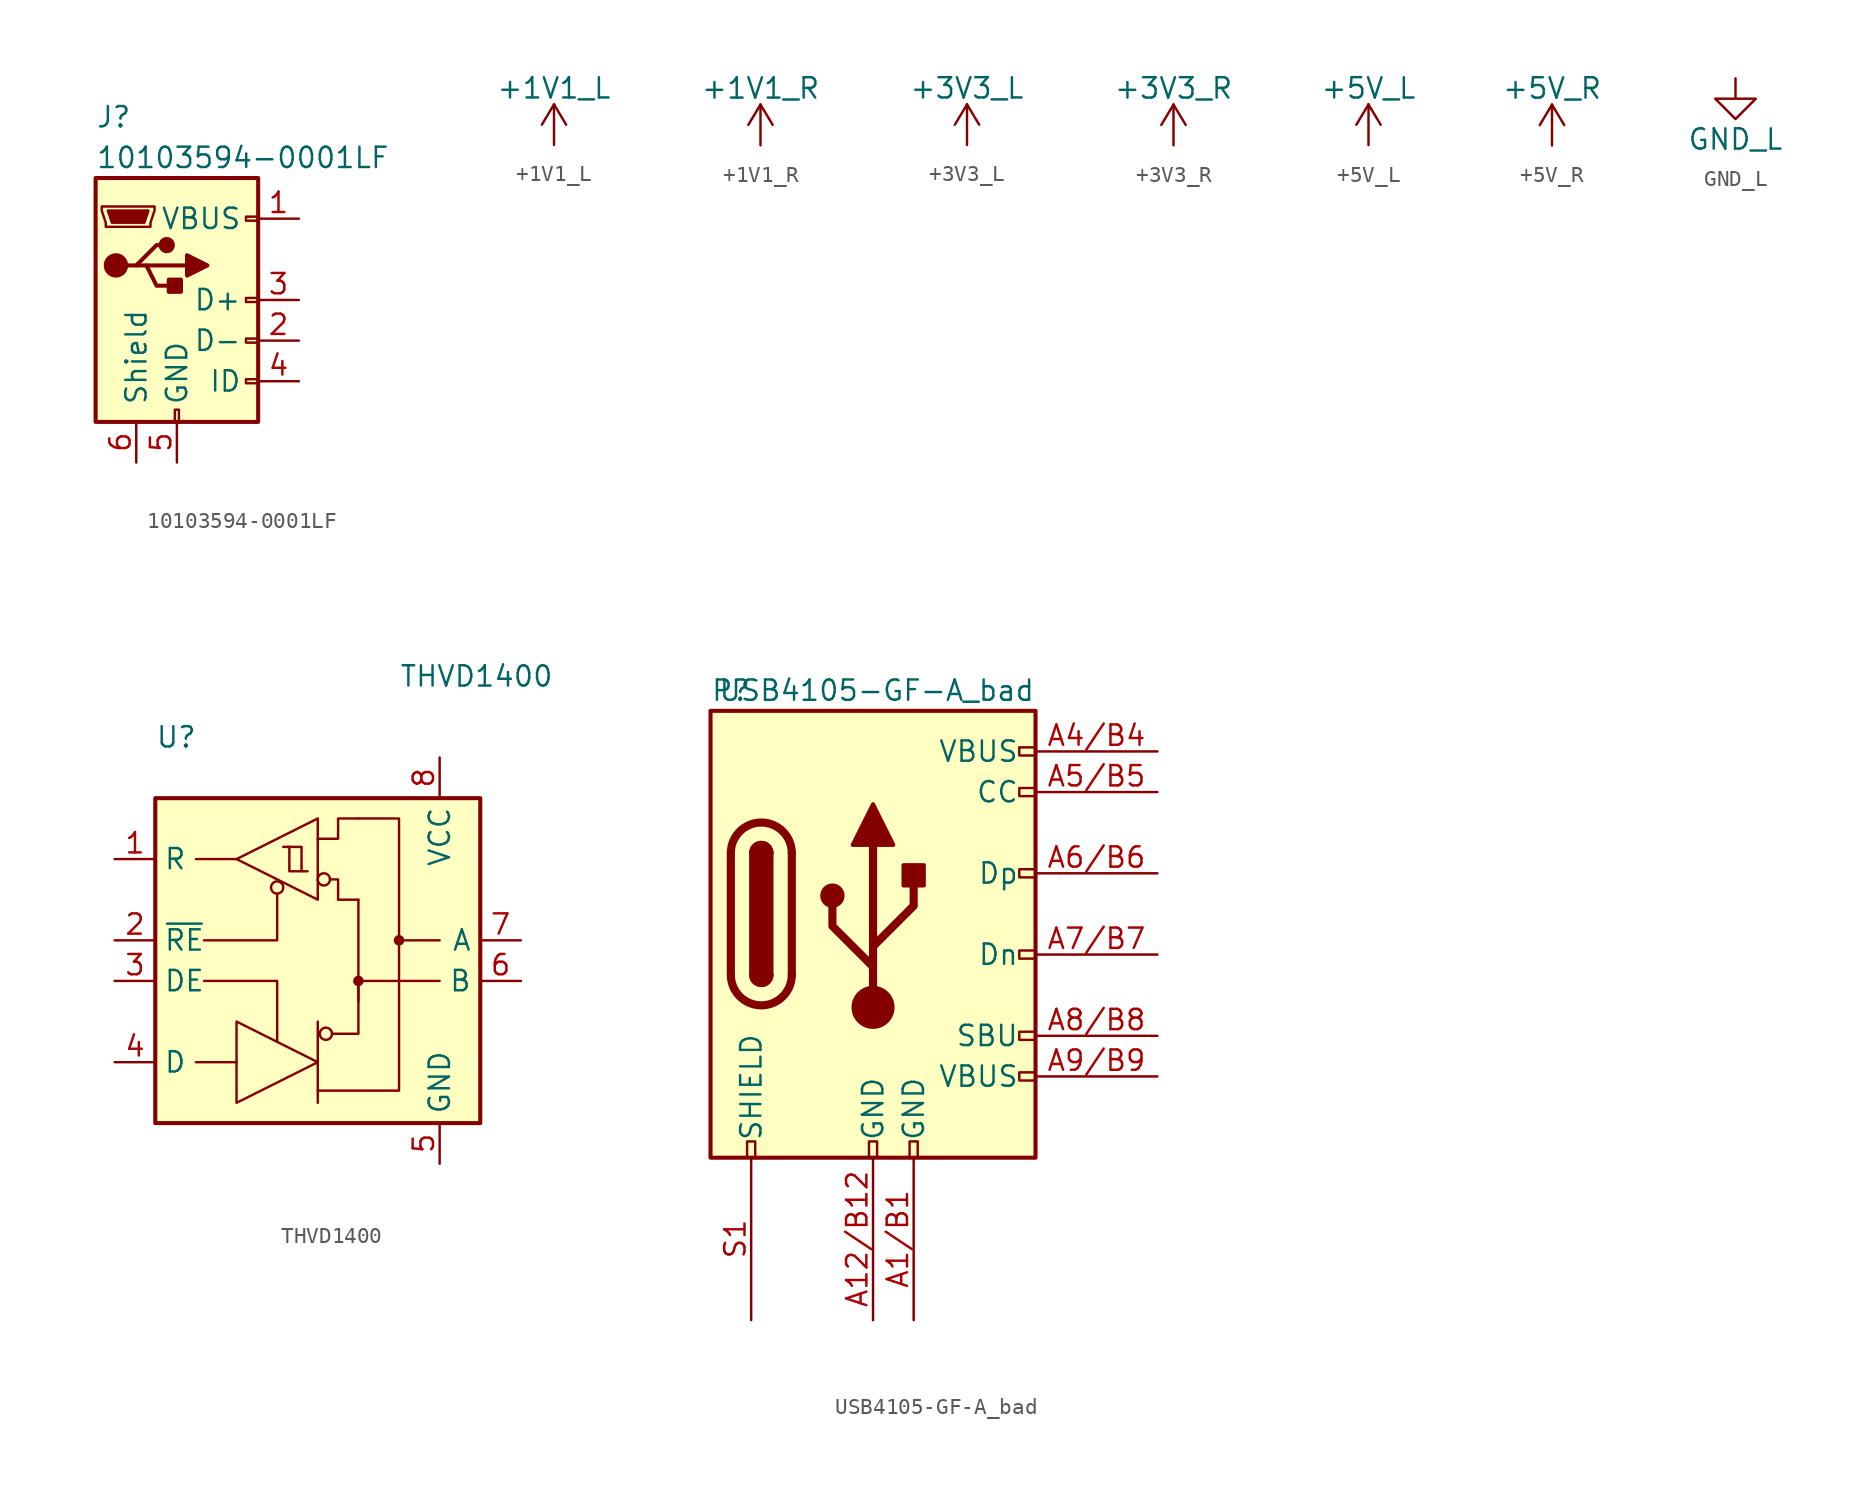
<source format=kicad_sym>
(kicad_symbol_lib
  (version 20211014)
  (generator kicad_symbol_editor)
  (symbol "10103594-0001LF"
    (pin_names
      (offset 1.016))
    (property "Reference" "J"
      (at -5.08 11.43 0)
      (effects (font (size 1.27 1.27)) (justify left)))
    (property "Value" "10103594-0001LF"
      (at -5.08 8.89 0)
      (effects (font (size 1.27 1.27)) (justify left)))
    (symbol "10103594-0001LF_0_1"
      (rectangle (start -5.08 -7.62) (end 5.08 7.62) (stroke (width 0.254) (type default) (color 0 0 0 0)) (fill (type background)))
      (circle (center -3.81 2.159) (radius 0.635) (stroke (width 0.254) (type default) (color 0 0 0 0)) (fill (type outline)))
      (circle (center -0.635 3.429) (radius 0.381) (stroke (width 0.254) (type default) (color 0 0 0 0)) (fill (type outline)))
      (rectangle (start -0.127 -7.62) (end 0.127 -6.858) (stroke (width 0) (type default) (color 0 0 0 0)) (fill (type none)))
      (polyline (pts (xy -1.905 2.159) (xy 0.635 2.159)) (stroke (width 0.254) (type default) (color 0 0 0 0)) (fill (type none)))
      (polyline (pts (xy -3.175 2.159) (xy -2.54 2.159) (xy -1.27 3.429) (xy -0.635 3.429)) (stroke (width 0.254) (type default) (color 0 0 0 0)) (fill (type none)))
      (polyline (pts (xy -2.54 2.159) (xy -1.905 2.159) (xy -1.27 0.889) (xy 0 0.889)) (stroke (width 0.254) (type default) (color 0 0 0 0)) (fill (type none)))
      (polyline (pts (xy 0.635 2.794) (xy 0.635 1.524) (xy 1.905 2.159) (xy 0.635 2.794)) (stroke (width 0.254) (type default) (color 0 0 0 0)) (fill (type outline)))
      (polyline (pts (xy -4.318 5.588) (xy -1.778 5.588) (xy -2.032 4.826) (xy -4.064 4.826) (xy -4.318 5.588)) (stroke (width 0) (type default) (color 0 0 0 0)) (fill (type outline)))
      (polyline (pts (xy -4.699 5.842) (xy -4.699 5.588) (xy -4.445 4.826) (xy -4.445 4.572) (xy -1.651 4.572) (xy -1.651 4.826) (xy -1.397 5.588) (xy -1.397 5.842) (xy -4.699 5.842)) (stroke (width 0) (type default) (color 0 0 0 0)) (fill (type none)))
      (rectangle (start 0.254 1.27) (end -0.508 0.508) (stroke (width 0.254) (type default) (color 0 0 0 0)) (fill (type outline)))
      (rectangle (start 5.08 -5.207) (end 4.318 -4.953) (stroke (width 0) (type default) (color 0 0 0 0)) (fill (type none)))
      (rectangle (start 5.08 -2.667) (end 4.318 -2.413) (stroke (width 0) (type default) (color 0 0 0 0)) (fill (type none)))
      (rectangle (start 5.08 -0.127) (end 4.318 0.127) (stroke (width 0) (type default) (color 0 0 0 0)) (fill (type none)))
      (rectangle (start 5.08 4.953) (end 4.318 5.207) (stroke (width 0) (type default) (color 0 0 0 0)) (fill (type none))))
    (symbol "10103594-0001LF_1_1"
      (pin power_out line (at 7.62 5.08 180) (length 2.54) (name "VBUS" (effects (font (size 1.27 1.27)))) (number "1" (effects (font (size 1.27 1.27)))))
      (pin bidirectional line (at 7.62 -2.54 180) (length 2.54) (name "D-" (effects (font (size 1.27 1.27)))) (number "2" (effects (font (size 1.27 1.27)))))
      (pin bidirectional line (at 7.62 0 180) (length 2.54) (name "D+" (effects (font (size 1.27 1.27)))) (number "3" (effects (font (size 1.27 1.27)))))
      (pin passive line (at 7.62 -5.08 180) (length 2.54) (name "ID" (effects (font (size 1.27 1.27)))) (number "4" (effects (font (size 1.27 1.27)))))
      (pin passive line (at 0 -10.16 90) (length 2.54) (name "GND" (effects (font (size 1.27 1.27)))) (number "5" (effects (font (size 1.27 1.27)))))
      (pin passive line (at -2.54 -10.16 90) (length 2.54) (name "Shield" (effects (font (size 1.27 1.27)))) (number "6" (effects (font (size 1.27 1.27)))))))
  (symbol "+1V1_L"
    (power)
    (pin_names
      (offset 0))
    (property "Reference" "#PWR"
      (at 0 -3.81 0)
      (effects (font (size 1.27 1.27)) hide))
    (property "Value" "+1V1_L"
      (at 0 3.556 0)
      (effects (font (size 1.27 1.27))))
    (symbol "+1V1_L_0_1"
      (polyline (pts (xy -0.762 1.27) (xy 0 2.54)) (stroke (width 0) (type default) (color 0 0 0 0)) (fill (type none)))
      (polyline (pts (xy 0 0) (xy 0 2.54)) (stroke (width 0) (type default) (color 0 0 0 0)) (fill (type none)))
      (polyline (pts (xy 0 2.54) (xy 0.762 1.27)) (stroke (width 0) (type default) (color 0 0 0 0)) (fill (type none))))
    (symbol "+1V1_L_1_1"
      (pin power_in line (at 0 0 90) (length 0) hide (name "+3V3_L" (effects (font (size 1.27 1.27)))) (number "1" (effects (font (size 1.27 1.27)))))))
  (symbol "+1V1_R"
    (power)
    (pin_names
      (offset 0))
    (property "Reference" "#PWR"
      (at 0 -3.81 0)
      (effects (font (size 1.27 1.27)) hide))
    (property "Value" "+1V1_R"
      (at 0 3.556 0)
      (effects (font (size 1.27 1.27))))
    (symbol "+1V1_R_0_1"
      (polyline (pts (xy -0.762 1.27) (xy 0 2.54)) (stroke (width 0) (type default) (color 0 0 0 0)) (fill (type none)))
      (polyline (pts (xy 0 0) (xy 0 2.54)) (stroke (width 0) (type default) (color 0 0 0 0)) (fill (type none)))
      (polyline (pts (xy 0 2.54) (xy 0.762 1.27)) (stroke (width 0) (type default) (color 0 0 0 0)) (fill (type none))))
    (symbol "+1V1_R_1_1"
      (pin power_in line (at 0 0 90) (length 0) hide (name "+3V3_R" (effects (font (size 1.27 1.27)))) (number "1" (effects (font (size 1.27 1.27)))))))
  (symbol "+3V3_L"
    (power)
    (pin_names
      (offset 0))
    (property "Reference" "#PWR"
      (at 0 -3.81 0)
      (effects (font (size 1.27 1.27)) hide))
    (property "Value" "+3V3_L"
      (at 0 3.556 0)
      (effects (font (size 1.27 1.27))))
    (symbol "+3V3_L_0_1"
      (polyline (pts (xy -0.762 1.27) (xy 0 2.54)) (stroke (width 0) (type default) (color 0 0 0 0)) (fill (type none)))
      (polyline (pts (xy 0 0) (xy 0 2.54)) (stroke (width 0) (type default) (color 0 0 0 0)) (fill (type none)))
      (polyline (pts (xy 0 2.54) (xy 0.762 1.27)) (stroke (width 0) (type default) (color 0 0 0 0)) (fill (type none))))
    (symbol "+3V3_L_1_1"
      (pin power_in line (at 0 0 90) (length 0) hide (name "+3V3_L" (effects (font (size 1.27 1.27)))) (number "1" (effects (font (size 1.27 1.27)))))))
  (symbol "+3V3_R"
    (power)
    (pin_names
      (offset 0))
    (property "Reference" "#PWR"
      (at 0 -3.81 0)
      (effects (font (size 1.27 1.27)) hide))
    (property "Value" "+3V3_R"
      (at 0 3.556 0)
      (effects (font (size 1.27 1.27))))
    (symbol "+3V3_R_0_1"
      (polyline (pts (xy -0.762 1.27) (xy 0 2.54)) (stroke (width 0) (type default) (color 0 0 0 0)) (fill (type none)))
      (polyline (pts (xy 0 0) (xy 0 2.54)) (stroke (width 0) (type default) (color 0 0 0 0)) (fill (type none)))
      (polyline (pts (xy 0 2.54) (xy 0.762 1.27)) (stroke (width 0) (type default) (color 0 0 0 0)) (fill (type none))))
    (symbol "+3V3_R_1_1"
      (pin power_in line (at 0 0 90) (length 0) hide (name "+3V3_R" (effects (font (size 1.27 1.27)))) (number "1" (effects (font (size 1.27 1.27)))))))
  (symbol "+5V_L"
    (power)
    (pin_names
      (offset 0))
    (property "Reference" "#PWR"
      (at 0 -3.81 0)
      (effects (font (size 1.27 1.27)) hide))
    (property "Value" "+5V_L"
      (at 0 3.556 0)
      (effects (font (size 1.27 1.27))))
    (symbol "+5V_L_0_1"
      (polyline (pts (xy -0.762 1.27) (xy 0 2.54)) (stroke (width 0) (type default) (color 0 0 0 0)) (fill (type none)))
      (polyline (pts (xy 0 0) (xy 0 2.54)) (stroke (width 0) (type default) (color 0 0 0 0)) (fill (type none)))
      (polyline (pts (xy 0 2.54) (xy 0.762 1.27)) (stroke (width 0) (type default) (color 0 0 0 0)) (fill (type none))))
    (symbol "+5V_L_1_1"
      (pin power_in line (at 0 0 90) (length 0) hide (name "+5V_L" (effects (font (size 1.27 1.27)))) (number "1" (effects (font (size 1.27 1.27)))))))
  (symbol "+5V_R"
    (power)
    (pin_names
      (offset 0))
    (property "Reference" "#PWR"
      (at 0 -3.81 0)
      (effects (font (size 1.27 1.27)) hide))
    (property "Value" "+5V_R"
      (at 0 3.556 0)
      (effects (font (size 1.27 1.27))))
    (symbol "+5V_R_0_1"
      (polyline (pts (xy -0.762 1.27) (xy 0 2.54)) (stroke (width 0) (type default) (color 0 0 0 0)) (fill (type none)))
      (polyline (pts (xy 0 0) (xy 0 2.54)) (stroke (width 0) (type default) (color 0 0 0 0)) (fill (type none)))
      (polyline (pts (xy 0 2.54) (xy 0.762 1.27)) (stroke (width 0) (type default) (color 0 0 0 0)) (fill (type none))))
    (symbol "+5V_R_1_1"
      (pin power_in line (at 0 0 90) (length 0) hide (name "+5R" (effects (font (size 1.27 1.27)))) (number "1" (effects (font (size 1.27 1.27)))))))
  (symbol "GND_L"
    (power)
    (pin_names
      (offset 0))
    (property "Reference" "#PWR"
      (at 0 -6.35 0)
      (effects (font (size 1.27 1.27)) hide))
    (property "Value" "GND_L"
      (at 0 -3.81 0)
      (effects (font (size 1.27 1.27))))
    (symbol "GND_L_0_1"
      (polyline (pts (xy 0 0) (xy 0 -1.27) (xy 1.27 -1.27) (xy 0 -2.54) (xy -1.27 -1.27) (xy 0 -1.27)) (stroke (width 0) (type default) (color 0 0 0 0)) (fill (type none))))
    (symbol "GND_L_1_1"
      (pin power_in line (at 0 0 270) (length 0) hide (name "GND_L" (effects (font (size 1.27 1.27)))) (number "1" (effects (font (size 1.27 1.27)))))))
  (symbol "THVD1400"
    (property "Reference" "U"
      (at -10.16 13.97 0)
      (effects (font (size 1.27 1.27)) (justify left)))
    (property "Value" "THVD1400"
      (at 5.08 17.78 0)
      (effects (font (size 1.27 1.27)) (justify left)))
    (symbol "THVD1400_0_1"
      (rectangle (start -10.16 10.16) (end 10.16 -10.16) (stroke (width 0.254) (type default) (color 0 0 0 0)) (fill (type background)))
      (circle (center -2.54 4.572) (radius 0.381) (stroke (width 0) (type default) (color 0 0 0 0)) (fill (type none)))
      (polyline (pts (xy -7.62 -6.35) (xy -5.08 -6.35)) (stroke (width 0) (type default) (color 0 0 0 0)) (fill (type none)))
      (polyline (pts (xy -5.08 6.35) (xy -7.62 6.35)) (stroke (width 0) (type default) (color 0 0 0 0)) (fill (type none)))
      (polyline (pts (xy 0 -8.89) (xy 0 -6.35)) (stroke (width 0.152) (type default) (color 0 0 0 0)) (fill (type none)))
      (polyline (pts (xy 2.54 -2.54) (xy 2.54 3.81)) (stroke (width 0.152) (type default) (color 0 0 0 0)) (fill (type none)))
      (polyline (pts (xy 2.54 -1.27) (xy 7.62 -1.27)) (stroke (width 0.152) (type default) (color 0 0 0 0)) (fill (type none)))
      (polyline (pts (xy 5.08 1.27) (xy 7.62 1.27)) (stroke (width 0.152) (type default) (color 0 0 0 0)) (fill (type none)))
      (polyline (pts (xy -7.112 1.27) (xy -2.54 1.27) (xy -2.54 4.191)) (stroke (width 0.152) (type default) (color 0 0 0 0)) (fill (type none)))
      (polyline (pts (xy -2.54 -5.08) (xy -2.54 -1.27) (xy -7.112 -1.27)) (stroke (width 0.152) (type default) (color 0 0 0 0)) (fill (type none)))
      (polyline (pts (xy -1.016 5.588) (xy -1.016 7.112) (xy -1.905 7.112)) (stroke (width 0) (type default) (color 0 0 0 0)) (fill (type none)))
      (polyline (pts (xy 0 -3.81) (xy 0 -3.81) (xy 0 -6.35)) (stroke (width 0) (type default) (color 0 0 0 0)) (fill (type none)))
      (polyline (pts (xy 2.54 -1.27) (xy 2.54 -4.572) (xy 0.914 -4.572)) (stroke (width 0.152) (type default) (color 0 0 0 0)) (fill (type none)))
      (polyline (pts (xy -5.08 -3.81) (xy -5.08 -8.89) (xy 0 -6.35) (xy -5.08 -3.81)) (stroke (width 0) (type default) (color 0 0 0 0)) (fill (type none)))
      (polyline (pts (xy 0 7.62) (xy 1.27 7.62) (xy 1.27 8.89) (xy 2.54 8.89)) (stroke (width 0) (type default) (color 0 0 0 0)) (fill (type none)))
      (polyline (pts (xy 0 8.89) (xy 0 3.81) (xy -5.08 6.35) (xy 0 8.89)) (stroke (width 0) (type default) (color 0 0 0 0)) (fill (type none)))
      (polyline (pts (xy 0.762 5.08) (xy 1.27 5.08) (xy 1.27 3.81) (xy 2.54 3.81)) (stroke (width 0) (type default) (color 0 0 0 0)) (fill (type none)))
      (polyline (pts (xy -0.635 5.588) (xy -1.651 5.588) (xy -1.778 5.588) (xy -1.778 7.112) (xy -2.159 7.112)) (stroke (width 0) (type default) (color 0 0 0 0)) (fill (type none)))
      (polyline (pts (xy 2.54 8.89) (xy 5.08 8.89) (xy 5.08 -6.35) (xy 5.08 -8.128) (xy 0 -8.128)) (stroke (width 0.152) (type default) (color 0 0 0 0)) (fill (type none)))
      (circle (center 0.381 5.08) (radius 0.381) (stroke (width 0) (type default) (color 0 0 0 0)) (fill (type none)))
      (circle (center 0.508 -4.572) (radius 0.381) (stroke (width 0) (type default) (color 0 0 0 0)) (fill (type none)))
      (circle (center 2.54 -1.27) (radius 0.254) (stroke (width 0.152) (type default) (color 0 0 0 0)) (fill (type outline)))
      (circle (center 5.08 1.27) (radius 0.254) (stroke (width 0.152) (type default) (color 0 0 0 0)) (fill (type outline))))
    (symbol "THVD1400_1_1"
      (pin output line (at -12.7 6.35 0) (length 2.54) (name "R" (effects (font (size 1.27 1.27)))) (number "1" (effects (font (size 1.27 1.27)))))
      (pin output line (at -12.7 1.27 0) (length 2.54) (name "~{RE}" (effects (font (size 1.27 1.27)))) (number "2" (effects (font (size 1.27 1.27)))))
      (pin output line (at -12.7 -1.27 0) (length 2.54) (name "DE" (effects (font (size 1.27 1.27)))) (number "3" (effects (font (size 1.27 1.27)))))
      (pin input line (at -12.7 -6.35 0) (length 2.54) (name "D" (effects (font (size 1.27 1.27)))) (number "4" (effects (font (size 1.27 1.27)))))
      (pin power_in line (at 7.62 -12.7 90) (length 2.54) (name "GND" (effects (font (size 1.27 1.27)))) (number "5" (effects (font (size 1.27 1.27)))))
      (pin input line (at 12.7 -1.27 180) (length 2.54) (name "B" (effects (font (size 1.27 1.27)))) (number "6" (effects (font (size 1.27 1.27)))))
      (pin input line (at 12.7 1.27 180) (length 2.54) (name "A" (effects (font (size 1.27 1.27)))) (number "7" (effects (font (size 1.27 1.27)))))
      (pin power_in line (at 7.62 12.7 270) (length 2.54) (name "VCC" (effects (font (size 1.27 1.27)))) (number "8" (effects (font (size 1.27 1.27)))))))
  (symbol "USB4105-GF-A_bad"
    (pin_names
      (offset 1.016))
    (property "Reference" "P"
      (at -10.16 16.51 0)
      (effects (font (size 1.27 1.27)) (justify left)))
    (property "Value" "USB4105-GF-A_bad"
      (at 10.16 16.51 0)
      (effects (font (size 1.27 1.27)) (justify right)))
    (symbol "USB4105-GF-A_bad_0_0"
      (rectangle (start -7.874 -12.7) (end -7.366 -11.684) (stroke (width 0) (type default) (color 0 0 0 0)) (fill (type none)))
      (rectangle (start -0.254 -12.7) (end 0.254 -11.684) (stroke (width 0) (type default) (color 0 0 0 0)) (fill (type none)))
      (rectangle (start 2.286 -12.7) (end 2.794 -11.684) (stroke (width 0) (type default) (color 0 0 0 0)) (fill (type none)))
      (rectangle (start 10.16 -7.366) (end 9.144 -7.874) (stroke (width 0) (type default) (color 0 0 0 0)) (fill (type none)))
      (rectangle (start 10.16 -4.826) (end 9.144 -5.334) (stroke (width 0) (type default) (color 0 0 0 0)) (fill (type none)))
      (rectangle (start 10.16 0.254) (end 9.144 -0.254) (stroke (width 0) (type default) (color 0 0 0 0)) (fill (type none)))
      (rectangle (start 10.16 5.334) (end 9.144 4.826) (stroke (width 0) (type default) (color 0 0 0 0)) (fill (type none)))
      (rectangle (start 10.16 10.414) (end 9.144 9.906) (stroke (width 0) (type default) (color 0 0 0 0)) (fill (type none)))
      (rectangle (start 10.16 12.954) (end 9.144 12.446) (stroke (width 0) (type default) (color 0 0 0 0)) (fill (type none))))
    (symbol "USB4105-GF-A_bad_0_1"
      (rectangle (start -10.16 15.24) (end 10.16 -12.7) (stroke (width 0.254) (type default) (color 0 0 0 0)) (fill (type background)))
      (arc (start -8.89 -1.27) (mid -6.985 -3.175) (end -5.08 -1.27) (stroke (width 0.508) (type default) (color 0 0 0 0)) (fill (type none)))
      (arc (start -7.62 -1.27) (mid -6.985 -1.905) (end -6.35 -1.27) (stroke (width 0.254) (type default) (color 0 0 0 0)) (fill (type none)))
      (arc (start -7.62 -1.27) (mid -6.985 -1.905) (end -6.35 -1.27) (stroke (width 0.254) (type default) (color 0 0 0 0)) (fill (type outline)))
      (rectangle (start -7.62 -1.27) (end -6.35 6.35) (stroke (width 0.254) (type default) (color 0 0 0 0)) (fill (type outline)))
      (arc (start -6.35 6.35) (mid -6.985 6.985) (end -7.62 6.35) (stroke (width 0.254) (type default) (color 0 0 0 0)) (fill (type none)))
      (arc (start -6.35 6.35) (mid -6.985 6.985) (end -7.62 6.35) (stroke (width 0.254) (type default) (color 0 0 0 0)) (fill (type outline)))
      (arc (start -5.08 6.35) (mid -6.985 8.255) (end -8.89 6.35) (stroke (width 0.508) (type default) (color 0 0 0 0)) (fill (type none)))
      (circle (center -2.54 3.683) (radius 0.635) (stroke (width 0.254) (type default) (color 0 0 0 0)) (fill (type outline)))
      (circle (center 0 -3.302) (radius 1.27) (stroke (width 0) (type default) (color 0 0 0 0)) (fill (type outline)))
      (polyline (pts (xy -8.89 -1.27) (xy -8.89 6.35)) (stroke (width 0.508) (type default) (color 0 0 0 0)) (fill (type none)))
      (polyline (pts (xy -5.08 6.35) (xy -5.08 -1.27)) (stroke (width 0.508) (type default) (color 0 0 0 0)) (fill (type none)))
      (polyline (pts (xy 0 -3.302) (xy 0 6.858)) (stroke (width 0.508) (type default) (color 0 0 0 0)) (fill (type none)))
      (polyline (pts (xy 0 -0.762) (xy -2.54 1.778) (xy -2.54 3.048)) (stroke (width 0.508) (type default) (color 0 0 0 0)) (fill (type none)))
      (polyline (pts (xy 0 0.508) (xy 2.54 3.048) (xy 2.54 4.318)) (stroke (width 0.508) (type default) (color 0 0 0 0)) (fill (type none)))
      (polyline (pts (xy -1.27 6.858) (xy 0 9.398) (xy 1.27 6.858) (xy -1.27 6.858)) (stroke (width 0.254) (type default) (color 0 0 0 0)) (fill (type outline)))
      (rectangle (start 1.905 4.318) (end 3.175 5.588) (stroke (width 0.254) (type default) (color 0 0 0 0)) (fill (type outline))))
    (symbol "USB4105-GF-A_bad_1_1"
      (pin unspecified line (at 2.54 -22.86 90) (length 10.16) (name "GND" (effects (font (size 1.27 1.27)))) (number "A1/B1" (effects (font (size 1.27 1.27)))))
      (pin power_out line (at 0 -22.86 90) (length 10.16) (name "GND" (effects (font (size 1.27 1.27)))) (number "A12/B12" (effects (font (size 1.27 1.27)))))
      (pin power_out line (at 17.78 12.7 180) (length 7.62) (name "VBUS" (effects (font (size 1.27 1.27)))) (number "A4/B4" (effects (font (size 1.27 1.27)))))
      (pin bidirectional line (at 17.78 10.16 180) (length 7.62) (name "CC" (effects (font (size 1.27 1.27)))) (number "A5/B5" (effects (font (size 1.27 1.27)))))
      (pin bidirectional line (at 17.78 5.08 180) (length 7.62) (name "Dp" (effects (font (size 1.27 1.27)))) (number "A6/B6" (effects (font (size 1.27 1.27)))))
      (pin bidirectional line (at 17.78 0 180) (length 7.62) (name "Dn" (effects (font (size 1.27 1.27)))) (number "A7/B7" (effects (font (size 1.27 1.27)))))
      (pin bidirectional line (at 17.78 -5.08 180) (length 7.62) (name "SBU" (effects (font (size 1.27 1.27)))) (number "A8/B8" (effects (font (size 1.27 1.27)))))
      (pin unspecified line (at 17.78 -7.62 180) (length 7.62) (name "VBUS" (effects (font (size 1.27 1.27)))) (number "A9/B9" (effects (font (size 1.27 1.27)))))
      (pin passive line (at -7.62 -22.86 90) (length 10.16) (name "SHIELD" (effects (font (size 1.27 1.27)))) (number "S1" (effects (font (size 1.27 1.27))))))))
</source>
